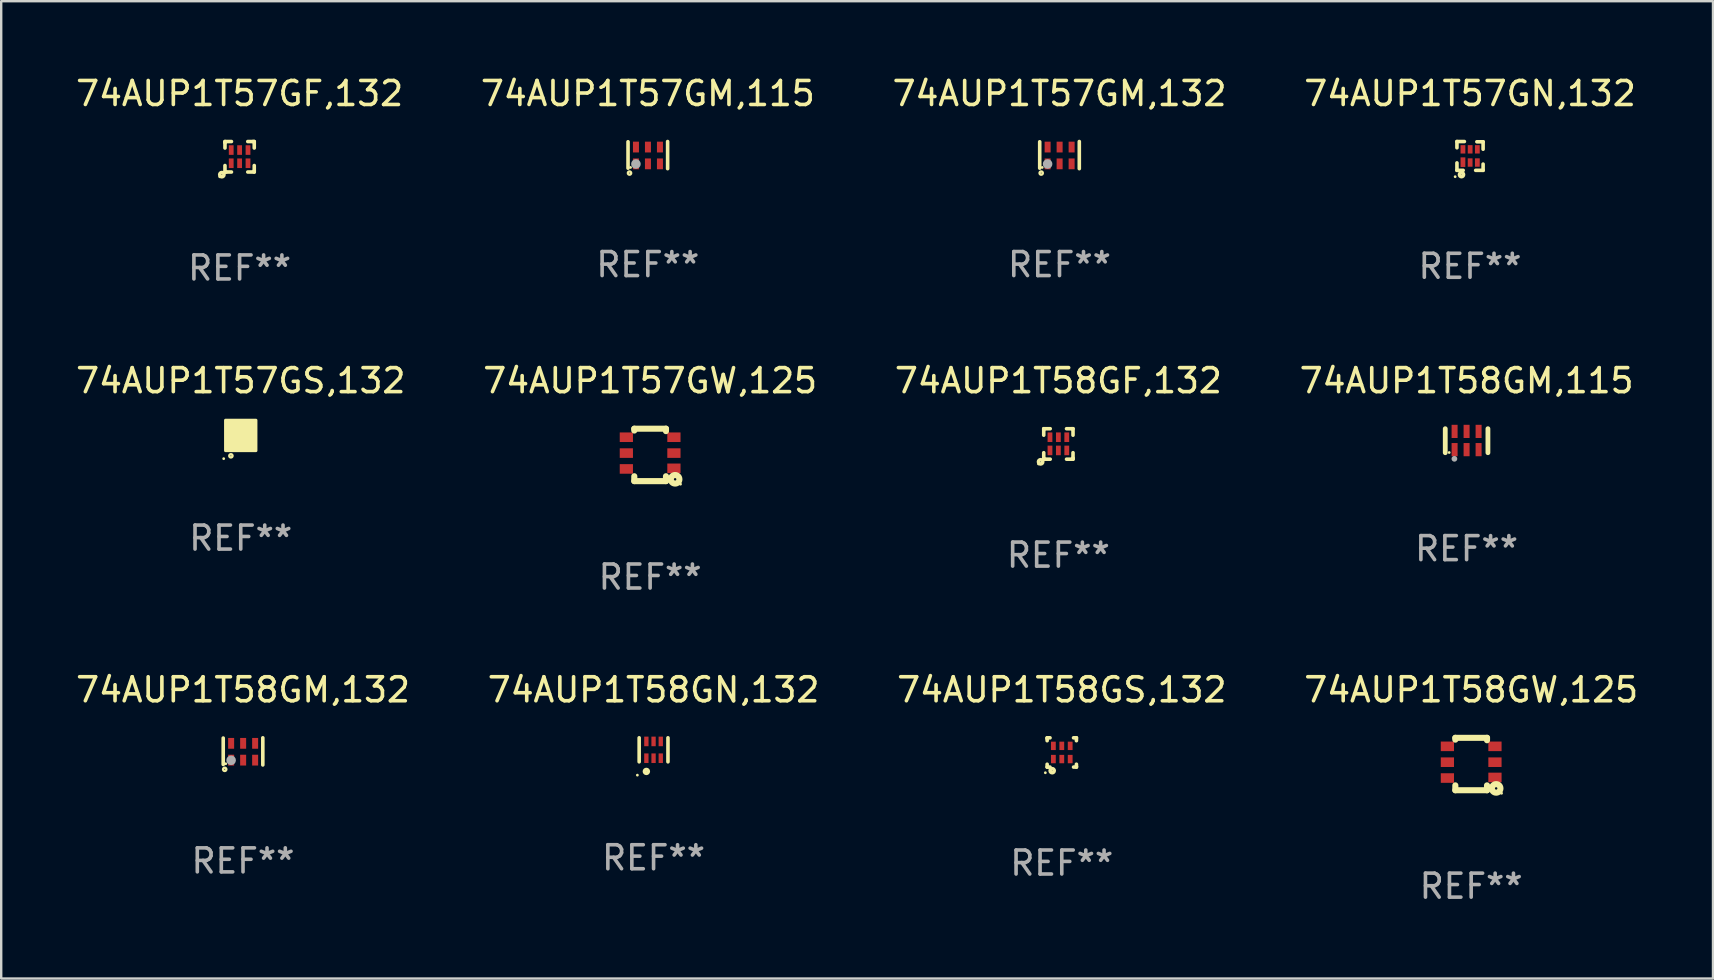
<source format=kicad_pcb>
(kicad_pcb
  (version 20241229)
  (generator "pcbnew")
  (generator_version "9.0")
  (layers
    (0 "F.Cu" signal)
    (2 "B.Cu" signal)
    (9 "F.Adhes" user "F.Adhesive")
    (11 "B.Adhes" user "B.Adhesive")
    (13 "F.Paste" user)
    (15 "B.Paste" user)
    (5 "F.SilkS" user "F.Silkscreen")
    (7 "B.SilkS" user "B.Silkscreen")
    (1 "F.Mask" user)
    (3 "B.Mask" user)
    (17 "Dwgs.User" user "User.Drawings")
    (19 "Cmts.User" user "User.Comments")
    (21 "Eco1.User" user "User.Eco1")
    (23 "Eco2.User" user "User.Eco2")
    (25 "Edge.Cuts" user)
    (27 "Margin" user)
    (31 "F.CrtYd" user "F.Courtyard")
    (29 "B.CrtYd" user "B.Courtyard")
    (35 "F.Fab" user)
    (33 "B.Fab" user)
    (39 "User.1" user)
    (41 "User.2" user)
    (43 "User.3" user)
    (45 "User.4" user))
  (footprint "74AUP1T58GF,132"
    (layer "F.Cu")
    (at 41.054 15.45)
    (property "Reference" "74AUP1T58GF,132" (at 0 -2.635 0) (layer "F.SilkS") (effects (font (size 1 1) (thickness 0.15))))
    (attr through_hole)
    (fp_line (start -0.61 0.635) (end -0.61 0.365) (stroke (width 0.15) (type solid)) (layer "F.SilkS"))
    (fp_line (start -0.61 -0.635) (end -0.34 -0.635) (stroke (width 0.15) (type solid)) (layer "F.SilkS"))
    (fp_line (start -0.61 -0.585) (end -0.61 -0.635) (stroke (width 0.15) (type solid)) (layer "F.SilkS"))
    (fp_line (start -0.61 -0.365) (end -0.61 -0.585) (stroke (width 0.15) (type solid)) (layer "F.SilkS"))
    (fp_line (start -0.56 0.635) (end -0.61 0.635) (stroke (width 0.15) (type solid)) (layer "F.SilkS"))
    (fp_line (start -0.34 0.635) (end -0.56 0.635) (stroke (width 0.15) (type solid)) (layer "F.SilkS"))
    (fp_line (start 0.34 -0.635) (end 0.56 -0.635) (stroke (width 0.15) (type solid)) (layer "F.SilkS"))
    (fp_line (start 0.56 -0.635) (end 0.61 -0.635) (stroke (width 0.15) (type solid)) (layer "F.SilkS"))
    (fp_line (start 0.61 -0.635) (end 0.61 -0.365) (stroke (width 0.15) (type solid)) (layer "F.SilkS"))
    (fp_line (start 0.61 0.365) (end 0.61 0.585) (stroke (width 0.15) (type solid)) (layer "F.SilkS"))
    (fp_line (start 0.61 0.585) (end 0.61 0.635) (stroke (width 0.15) (type solid)) (layer "F.SilkS"))
    (fp_line (start 0.61 0.635) (end 0.34 0.635) (stroke (width 0.15) (type solid)) (layer "F.SilkS"))
    (fp_circle (center -0.829 0.834) (end -0.799 0.834) (stroke (width 0.06) (type solid)) (fill no) (layer "F.SilkS"))
    (fp_circle (center -0.74 0.745) (end -0.726 0.745) (stroke (width 0.15) (type solid)) (fill no) (layer "F.SilkS"))
    (fp_text user "REF**" (at 0 4.635 0) (layer "F.Fab") (effects (font (size 1 1) (thickness 0.15))))
    (pad "1" smd rect (at -0.35 0.27) (size 0.2 0.4) (layers "F.Cu" "F.Mask" "F.Paste"))
    (pad "2" smd rect (at -0.000051 0.27) (size 0.2 0.4) (layers "F.Cu" "F.Mask" "F.Paste"))
    (pad "3" smd rect (at 0.35 0.27) (size 0.2 0.4) (layers "F.Cu" "F.Mask" "F.Paste"))
    (pad "4" smd rect (at 0.35 -0.28) (size 0.2 0.4) (layers "F.Cu" "F.Mask" "F.Paste"))
    (pad "5" smd rect (at -0.000051 -0.28) (size 0.2 0.4) (layers "F.Cu" "F.Mask" "F.Paste"))
    (pad "6" smd rect (at -0.35 -0.28) (size 0.2 0.4) (layers "F.Cu" "F.Mask" "F.Paste")))
  (footprint "74AUP1T58GS,132"
    (layer "F.Cu")
    (at 41.196 28.306)
    (property "Reference" "74AUP1T58GS,132" (at 0 -2.61 0) (layer "F.SilkS") (effects (font (size 1 1) (thickness 0.15))))
    (attr through_hole)
    (fp_line (start -0.61 -0.61) (end -0.49 -0.61) (stroke (width 0.15) (type solid)) (layer "F.SilkS"))
    (fp_line (start -0.61 -0.58) (end -0.61 -0.61) (stroke (width 0.15) (type solid)) (layer "F.SilkS"))
    (fp_line (start -0.61 -0.49) (end -0.61 -0.58) (stroke (width 0.15) (type solid)) (layer "F.SilkS"))
    (fp_line (start -0.61 0.61) (end -0.61 0.491) (stroke (width 0.15) (type solid)) (layer "F.SilkS"))
    (fp_line (start -0.58 0.61) (end -0.61 0.61) (stroke (width 0.15) (type solid)) (layer "F.SilkS"))
    (fp_line (start -0.49 0.61) (end -0.58 0.61) (stroke (width 0.15) (type solid)) (layer "F.SilkS"))
    (fp_line (start 0.49 -0.61) (end 0.58 -0.61) (stroke (width 0.15) (type solid)) (layer "F.SilkS"))
    (fp_line (start 0.58 -0.61) (end 0.61 -0.61) (stroke (width 0.15) (type solid)) (layer "F.SilkS"))
    (fp_line (start 0.61 -0.61) (end 0.61 -0.49) (stroke (width 0.15) (type solid)) (layer "F.SilkS"))
    (fp_line (start 0.61 0.49) (end 0.61 0.58) (stroke (width 0.15) (type solid)) (layer "F.SilkS"))
    (fp_line (start 0.61 0.58) (end 0.61 0.61) (stroke (width 0.15) (type solid)) (layer "F.SilkS"))
    (fp_line (start 0.61 0.61) (end 0.491 0.61) (stroke (width 0.15) (type solid)) (layer "F.SilkS"))
    (fp_circle (center -0.685 0.845) (end -0.655 0.845) (stroke (width 0.06) (type solid)) (fill no) (layer "F.SilkS"))
    (fp_circle (center -0.4 0.76) (end -0.39 0.76) (stroke (width 0.15) (type solid)) (fill no) (layer "F.SilkS"))
    (fp_text user "REF**" (at 0 4.61 0) (layer "F.Fab") (effects (font (size 1 1) (thickness 0.15))))
    (pad "1" smd rect (at -0.35 0.275) (size 0.2 0.35) (layers "F.Cu" "F.Mask" "F.Paste"))
    (pad "2" smd rect (at -0.000038 0.275) (size 0.2 0.35) (layers "F.Cu" "F.Mask" "F.Paste"))
    (pad "3" smd rect (at 0.35 0.275) (size 0.2 0.35) (layers "F.Cu" "F.Mask" "F.Paste"))
    (pad "4" smd rect (at 0.35 -0.275) (size 0.2 0.35) (layers "F.Cu" "F.Mask" "F.Paste"))
    (pad "5" smd rect (at -0.000038 -0.275) (size 0.2 0.35) (layers "F.Cu" "F.Mask" "F.Paste"))
    (pad "6" smd rect (at -0.35 -0.275) (size 0.2 0.35) (layers "F.Cu" "F.Mask" "F.Paste")))
  (footprint "74AUP1T57GM,115"
    (layer "F.Cu")
    (at 23.946 3.413)
    (property "Reference" "74AUP1T57GM,115" (at 0 -2.565 0) (layer "F.SilkS") (effects (font (size 1 1) (thickness 0.15))))
    (attr through_hole)
    (fp_line (start -0.825 -0.555) (end -0.825 0.545) (stroke (width 0.15) (type solid)) (layer "F.SilkS"))
    (fp_line (start 0.825 -0.565) (end 0.825 0.565) (stroke (width 0.15) (type solid)) (layer "F.SilkS"))
    (fp_circle (center -0.763 0.749) (end -0.695 0.749) (stroke (width 0.1) (type solid)) (fill no) (layer "F.SilkS"))
    (fp_circle (center -0.72 0.515) (end -0.69 0.515) (stroke (width 0.06) (type solid)) (fill no) (layer "F.SilkS"))
    (fp_circle (center -0.496 0.371) (end -0.396 0.371) (stroke (width 0.2) (type solid)) (fill no) (layer "F.Fab"))
    (fp_text user "REF**" (at 0 4.565 0) (layer "F.Fab") (effects (font (size 1 1) (thickness 0.15))))
    (pad "1" smd rect (at -0.495 0.365) (size 0.25 0.45) (layers "F.Cu" "F.Mask" "F.Paste"))
    (pad "2" smd rect (at 0.005 0.365) (size 0.25 0.45) (layers "F.Cu" "F.Mask" "F.Paste"))
    (pad "3" smd rect (at 0.505 0.365) (size 0.25 0.45) (layers "F.Cu" "F.Mask" "F.Paste"))
    (pad "4" smd rect (at 0.505 -0.335) (size 0.25 0.45) (layers "F.Cu" "F.Mask" "F.Paste"))
    (pad "5" smd rect (at 0.005 -0.335) (size 0.25 0.45) (layers "F.Cu" "F.Mask" "F.Paste"))
    (pad "6" smd rect (at -0.495 -0.335) (size 0.25 0.45) (layers "F.Cu" "F.Mask" "F.Paste")))
  (footprint "74AUP1T57GS,132"
    (layer "F.Cu")
    (at 6.982 15.095)
    (property "Reference" "74AUP1T57GS,132" (at 0 -2.28 0) (layer "F.SilkS") (effects (font (size 1 1) (thickness 0.15))))
    (attr through_hole)
    (fp_circle (center -0.71 0.968) (end -0.68 0.968) (stroke (width 0.06) (type solid)) (fill no) (layer "F.SilkS"))
    (fp_circle (center -0.41 0.85) (end -0.342 0.85) (stroke (width 0.1) (type solid)) (fill no) (layer "F.SilkS"))
    (fp_poly (pts (xy -0.635 -0.635) (xy 0.635 -0.635) (xy 0.635 0.635) (xy -0.635 0.635)) (stroke (width 0.12) (type solid)) (fill yes) (layer "F.SilkS"))
    (fp_text user "REF**" (at 0 4.28 0) (layer "F.Fab") (effects (font (size 1 1) (thickness 0.15))))
    (pad "1" smd rect (at -0.35 0.28 90) (size 0.35 0.2) (layers "F.Cu" "F.Mask" "F.Paste"))
    (pad "2" smd rect (at 0 0.28 90) (size 0.35 0.2) (layers "F.Cu" "F.Mask" "F.Paste"))
    (pad "3" smd rect (at 0.35 0.28 90) (size 0.35 0.2) (layers "F.Cu" "F.Mask" "F.Paste"))
    (pad "4" smd rect (at 0.35 -0.28 90) (size 0.35 0.2) (layers "F.Cu" "F.Mask" "F.Paste"))
    (pad "5" smd rect (at 0 -0.28 90) (size 0.35 0.2) (layers "F.Cu" "F.Mask" "F.Paste"))
    (pad "6" smd rect (at -0.35 -0.28 90) (size 0.35 0.2) (layers "F.Cu" "F.Mask" "F.Paste")))
  (footprint "74AUP1T58GW,125"
    (layer "F.Cu")
    (at 58.256 28.788)
    (property "Reference" "74AUP1T58GW,125" (at 0 -3.092 0) (layer "F.SilkS") (effects (font (size 1 1) (thickness 0.15))))
    (attr through_hole)
    (fp_line (start -0.66 -1.092) (end -0.66 -1.016) (stroke (width 0.254) (type solid)) (layer "F.SilkS"))
    (fp_line (start -0.66 1.092) (end -0.66 0.889) (stroke (width 0.254) (type solid)) (layer "F.SilkS"))
    (fp_line (start 0.66 -1.092) (end -0.66 -1.092) (stroke (width 0.254) (type solid)) (layer "F.SilkS"))
    (fp_line (start 0.66 -0.991) (end 0.66 -1.092) (stroke (width 0.254) (type solid)) (layer "F.SilkS"))
    (fp_line (start 0.66 0.889) (end 0.66 1.092) (stroke (width 0.254) (type solid)) (layer "F.SilkS"))
    (fp_line (start 0.66 1.092) (end -0.66 1.092) (stroke (width 0.254) (type solid)) (layer "F.SilkS"))
    (fp_circle (center 1.041 1.016) (end 1.092 1.016) (stroke (width 0.254) (type solid)) (fill no) (layer "F.SilkS"))
    (fp_circle (center 1.266 1.219) (end 1.296 1.219) (stroke (width 0.06) (type solid)) (fill no) (layer "F.SilkS"))
    (fp_text user "REF**" (at 0 5.092 0) (layer "F.Fab") (effects (font (size 1 1) (thickness 0.15))))
    (pad "1" smd rect (at 0.991 0.559 270) (size 0.399 0.551) (layers "F.Cu" "F.Mask" "F.Paste"))
    (pad "2" smd rect (at 0.991 -0.076 270) (size 0.399 0.551) (layers "F.Cu" "F.Mask" "F.Paste"))
    (pad "3" smd rect (at 0.991 -0.737 270) (size 0.399 0.551) (layers "F.Cu" "F.Mask" "F.Paste"))
    (pad "4" smd rect (at -0.991 -0.737 270) (size 0.399 0.551) (layers "F.Cu" "F.Mask" "F.Paste"))
    (pad "5" smd rect (at -0.991 -0.076 270) (size 0.399 0.551) (layers "F.Cu" "F.Mask" "F.Paste"))
    (pad "6" smd rect (at -0.991 0.584 270) (size 0.399 0.551) (layers "F.Cu" "F.Mask" "F.Paste")))
  (footprint "74AUP1T58GN,132"
    (layer "F.Cu")
    (at 24.185 28.196)
    (property "Reference" "74AUP1T58GN,132" (at 0 -2.5 0) (layer "F.SilkS") (effects (font (size 1 1) (thickness 0.15))))
    (attr through_hole)
    (fp_line (start -0.6 -0.5) (end -0.6 0.5) (stroke (width 0.15) (type solid)) (layer "F.SilkS"))
    (fp_line (start 0.6 0.5) (end 0.6 -0.5) (stroke (width 0.15) (type solid)) (layer "F.SilkS"))
    (fp_circle (center -0.675 1.055) (end -0.645 1.055) (stroke (width 0.06) (type solid)) (fill no) (layer "F.SilkS"))
    (fp_circle (center -0.3 0.9) (end -0.22 0.9) (stroke (width 0.15) (type solid)) (fill no) (layer "F.SilkS"))
    (fp_text user "REF**" (at 0 4.5 0) (layer "F.Fab") (effects (font (size 1 1) (thickness 0.15))))
    (pad "1" smd rect (at -0.3 0.35) (size 0.18 0.4) (layers "F.Cu" "F.Mask" "F.Paste"))
    (pad "2" smd rect (at 0.000025 0.35) (size 0.18 0.4) (layers "F.Cu" "F.Mask" "F.Paste"))
    (pad "3" smd rect (at 0.3 0.35) (size 0.18 0.4) (layers "F.Cu" "F.Mask" "F.Paste"))
    (pad "4" smd rect (at 0.3 -0.35) (size 0.18 0.4) (layers "F.Cu" "F.Mask" "F.Paste"))
    (pad "5" smd rect (at 0.000025 -0.35) (size 0.18 0.4) (layers "F.Cu" "F.Mask" "F.Paste"))
    (pad "6" smd rect (at -0.3 -0.35) (size 0.18 0.4) (layers "F.Cu" "F.Mask" "F.Paste")))
  (footprint "74AUP1T57GF,132"
    (layer "F.Cu")
    (at 6.935 3.483)
    (property "Reference" "74AUP1T57GF,132" (at 0 -2.635 0) (layer "F.SilkS") (effects (font (size 1 1) (thickness 0.15))))
    (attr through_hole)
    (fp_line (start -0.61 0.635) (end -0.61 0.365) (stroke (width 0.15) (type solid)) (layer "F.SilkS"))
    (fp_line (start -0.61 -0.635) (end -0.34 -0.635) (stroke (width 0.15) (type solid)) (layer "F.SilkS"))
    (fp_line (start -0.61 -0.585) (end -0.61 -0.635) (stroke (width 0.15) (type solid)) (layer "F.SilkS"))
    (fp_line (start -0.61 -0.365) (end -0.61 -0.585) (stroke (width 0.15) (type solid)) (layer "F.SilkS"))
    (fp_line (start -0.56 0.635) (end -0.61 0.635) (stroke (width 0.15) (type solid)) (layer "F.SilkS"))
    (fp_line (start -0.34 0.635) (end -0.56 0.635) (stroke (width 0.15) (type solid)) (layer "F.SilkS"))
    (fp_line (start 0.34 -0.635) (end 0.56 -0.635) (stroke (width 0.15) (type solid)) (layer "F.SilkS"))
    (fp_line (start 0.56 -0.635) (end 0.61 -0.635) (stroke (width 0.15) (type solid)) (layer "F.SilkS"))
    (fp_line (start 0.61 -0.635) (end 0.61 -0.365) (stroke (width 0.15) (type solid)) (layer "F.SilkS"))
    (fp_line (start 0.61 0.365) (end 0.61 0.585) (stroke (width 0.15) (type solid)) (layer "F.SilkS"))
    (fp_line (start 0.61 0.585) (end 0.61 0.635) (stroke (width 0.15) (type solid)) (layer "F.SilkS"))
    (fp_line (start 0.61 0.635) (end 0.34 0.635) (stroke (width 0.15) (type solid)) (layer "F.SilkS"))
    (fp_circle (center -0.829 0.834) (end -0.799 0.834) (stroke (width 0.06) (type solid)) (fill no) (layer "F.SilkS"))
    (fp_circle (center -0.74 0.745) (end -0.726 0.745) (stroke (width 0.15) (type solid)) (fill no) (layer "F.SilkS"))
    (fp_text user "REF**" (at 0 4.635 0) (layer "F.Fab") (effects (font (size 1 1) (thickness 0.15))))
    (pad "1" smd rect (at -0.35 0.27) (size 0.2 0.4) (layers "F.Cu" "F.Mask" "F.Paste"))
    (pad "2" smd rect (at -0.000051 0.27) (size 0.2 0.4) (layers "F.Cu" "F.Mask" "F.Paste"))
    (pad "3" smd rect (at 0.35 0.27) (size 0.2 0.4) (layers "F.Cu" "F.Mask" "F.Paste"))
    (pad "4" smd rect (at 0.35 -0.28) (size 0.2 0.4) (layers "F.Cu" "F.Mask" "F.Paste"))
    (pad "5" smd rect (at -0.000051 -0.28) (size 0.2 0.4) (layers "F.Cu" "F.Mask" "F.Paste"))
    (pad "6" smd rect (at -0.35 -0.28) (size 0.2 0.4) (layers "F.Cu" "F.Mask" "F.Paste")))
  (footprint "74AUP1T58GM,115"
    (layer "F.Cu")
    (at 58.065 15.315)
    (property "Reference" "74AUP1T58GM,115" (at 0 -2.5 0) (layer "F.SilkS") (effects (font (size 1 1) (thickness 0.15))))
    (attr through_hole)
    (fp_line (start -0.889 0.5) (end -0.889 -0.5) (stroke (width 0.2) (type solid)) (layer "F.SilkS"))
    (fp_line (start 0.889 0.5) (end 0.889 -0.5) (stroke (width 0.2) (type solid)) (layer "F.SilkS"))
    (fp_circle (center -0.725 0.492) (end -0.695 0.492) (stroke (width 0.06) (type solid)) (fill no) (layer "F.SilkS"))
    (fp_circle (center -0.508 0.754) (end -0.448 0.754) (stroke (width 0.12) (type solid)) (fill no) (layer "F.Fab"))
    (fp_text user "REF**" (at 0 4.5 0) (layer "F.Fab") (effects (font (size 1 1) (thickness 0.15))))
    (pad "1" smd rect (at -0.5 0.372) (size 0.25 0.55) (layers "F.Cu" "F.Mask" "F.Paste"))
    (pad "2" smd rect (at -0.000127 0.372) (size 0.25 0.55) (layers "F.Cu" "F.Mask" "F.Paste"))
    (pad "3" smd rect (at 0.5 0.372) (size 0.25 0.55) (layers "F.Cu" "F.Mask" "F.Paste"))
    (pad "4" smd rect (at 0.5 -0.388 180) (size 0.25 0.55) (layers "F.Cu" "F.Mask" "F.Paste"))
    (pad "5" smd rect (at -0.000127 -0.388 180) (size 0.25 0.55) (layers "F.Cu" "F.Mask" "F.Paste"))
    (pad "6" smd rect (at -0.5 -0.388 180) (size 0.25 0.55) (layers "F.Cu" "F.Mask" "F.Paste")))
  (footprint "74AUP1T58GM,132"
    (layer "F.Cu")
    (at 7.077 28.261)
    (property "Reference" "74AUP1T58GM,132" (at 0 -2.565 0) (layer "F.SilkS") (effects (font (size 1 1) (thickness 0.15))))
    (attr through_hole)
    (fp_line (start -0.825 -0.555) (end -0.825 0.545) (stroke (width 0.15) (type solid)) (layer "F.SilkS"))
    (fp_line (start 0.825 -0.565) (end 0.825 0.565) (stroke (width 0.15) (type solid)) (layer "F.SilkS"))
    (fp_circle (center -0.763 0.749) (end -0.695 0.749) (stroke (width 0.1) (type solid)) (fill no) (layer "F.SilkS"))
    (fp_circle (center -0.72 0.515) (end -0.69 0.515) (stroke (width 0.06) (type solid)) (fill no) (layer "F.SilkS"))
    (fp_circle (center -0.496 0.371) (end -0.396 0.371) (stroke (width 0.2) (type solid)) (fill no) (layer "F.Fab"))
    (fp_text user "REF**" (at 0 4.565 0) (layer "F.Fab") (effects (font (size 1 1) (thickness 0.15))))
    (pad "1" smd rect (at -0.495 0.365) (size 0.25 0.45) (layers "F.Cu" "F.Mask" "F.Paste"))
    (pad "2" smd rect (at 0.005 0.365) (size 0.25 0.45) (layers "F.Cu" "F.Mask" "F.Paste"))
    (pad "3" smd rect (at 0.505 0.365) (size 0.25 0.45) (layers "F.Cu" "F.Mask" "F.Paste"))
    (pad "4" smd rect (at 0.505 -0.335) (size 0.25 0.45) (layers "F.Cu" "F.Mask" "F.Paste"))
    (pad "5" smd rect (at 0.005 -0.335) (size 0.25 0.45) (layers "F.Cu" "F.Mask" "F.Paste"))
    (pad "6" smd rect (at -0.495 -0.335) (size 0.25 0.45) (layers "F.Cu" "F.Mask" "F.Paste")))
  (footprint "74AUP1T57GN,132"
    (layer "F.Cu")
    (at 58.208 3.448)
    (property "Reference" "74AUP1T57GN,132" (at 0 -2.6 0) (layer "F.SilkS") (effects (font (size 1 1) (thickness 0.15))))
    (attr through_hole)
    (fp_line (start -0.545 -0.6) (end -0.235 -0.6) (stroke (width 0.15) (type solid)) (layer "F.SilkS"))
    (fp_line (start -0.545 -0.34) (end -0.545 -0.6) (stroke (width 0.15) (type solid)) (layer "F.SilkS"))
    (fp_line (start -0.545 0.6) (end -0.545 0.29) (stroke (width 0.15) (type solid)) (layer "F.SilkS"))
    (fp_line (start -0.285 0.6) (end -0.545 0.6) (stroke (width 0.15) (type solid)) (layer "F.SilkS"))
    (fp_line (start 0.285 -0.59) (end 0.545 -0.59) (stroke (width 0.15) (type solid)) (layer "F.SilkS"))
    (fp_line (start 0.545 -0.59) (end 0.545 -0.28) (stroke (width 0.15) (type solid)) (layer "F.SilkS"))
    (fp_line (start 0.545 0.34) (end 0.545 0.6) (stroke (width 0.15) (type solid)) (layer "F.SilkS"))
    (fp_line (start 0.545 0.6) (end 0.235 0.6) (stroke (width 0.15) (type solid)) (layer "F.SilkS"))
    (fp_circle (center -0.62 0.865) (end -0.59 0.865) (stroke (width 0.06) (type solid)) (fill no) (layer "F.SilkS"))
    (fp_circle (center -0.355 0.78) (end -0.345 0.78) (stroke (width 0.15) (type solid)) (fill no) (layer "F.SilkS"))
    (fp_text user "REF**" (at 0 4.6 0) (layer "F.Fab") (effects (font (size 1 1) (thickness 0.15))))
    (pad "1" smd rect (at -0.295 0.26) (size 0.2 0.4) (layers "F.Cu" "F.Mask" "F.Paste"))
    (pad "2" smd rect (at 0.005 0.275) (size 0.2 0.35) (layers "F.Cu" "F.Mask" "F.Paste"))
    (pad "3" smd rect (at 0.305 0.275) (size 0.2 0.35) (layers "F.Cu" "F.Mask" "F.Paste"))
    (pad "4" smd rect (at 0.305 -0.275) (size 0.2 0.35) (layers "F.Cu" "F.Mask" "F.Paste"))
    (pad "5" smd rect (at 0.005 -0.275) (size 0.2 0.35) (layers "F.Cu" "F.Mask" "F.Paste"))
    (pad "6" smd rect (at -0.295 -0.275) (size 0.2 0.35) (layers "F.Cu" "F.Mask" "F.Paste")))
  (footprint "74AUP1T57GW,125"
    (layer "F.Cu")
    (at 24.042 15.907)
    (property "Reference" "74AUP1T57GW,125" (at 0 -3.092 0) (layer "F.SilkS") (effects (font (size 1 1) (thickness 0.15))))
    (attr through_hole)
    (fp_line (start -0.66 -1.092) (end -0.66 -1.016) (stroke (width 0.254) (type solid)) (layer "F.SilkS"))
    (fp_line (start -0.66 1.092) (end -0.66 0.889) (stroke (width 0.254) (type solid)) (layer "F.SilkS"))
    (fp_line (start 0.66 -1.092) (end -0.66 -1.092) (stroke (width 0.254) (type solid)) (layer "F.SilkS"))
    (fp_line (start 0.66 -0.991) (end 0.66 -1.092) (stroke (width 0.254) (type solid)) (layer "F.SilkS"))
    (fp_line (start 0.66 0.889) (end 0.66 1.092) (stroke (width 0.254) (type solid)) (layer "F.SilkS"))
    (fp_line (start 0.66 1.092) (end -0.66 1.092) (stroke (width 0.254) (type solid)) (layer "F.SilkS"))
    (fp_circle (center 1.041 1.016) (end 1.092 1.016) (stroke (width 0.254) (type solid)) (fill no) (layer "F.SilkS"))
    (fp_circle (center 1.266 1.219) (end 1.296 1.219) (stroke (width 0.06) (type solid)) (fill no) (layer "F.SilkS"))
    (fp_text user "REF**" (at 0 5.092 0) (layer "F.Fab") (effects (font (size 1 1) (thickness 0.15))))
    (pad "1" smd rect (at 0.991 0.559 270) (size 0.399 0.551) (layers "F.Cu" "F.Mask" "F.Paste"))
    (pad "2" smd rect (at 0.991 -0.076 270) (size 0.399 0.551) (layers "F.Cu" "F.Mask" "F.Paste"))
    (pad "3" smd rect (at 0.991 -0.737 270) (size 0.399 0.551) (layers "F.Cu" "F.Mask" "F.Paste"))
    (pad "4" smd rect (at -0.991 -0.737 270) (size 0.399 0.551) (layers "F.Cu" "F.Mask" "F.Paste"))
    (pad "5" smd rect (at -0.991 -0.076 270) (size 0.399 0.551) (layers "F.Cu" "F.Mask" "F.Paste"))
    (pad "6" smd rect (at -0.991 0.584 270) (size 0.399 0.551) (layers "F.Cu" "F.Mask" "F.Paste")))
  (footprint "74AUP1T57GM,132"
    (layer "F.Cu")
    (at 41.101 3.413)
    (property "Reference" "74AUP1T57GM,132" (at 0 -2.565 0) (layer "F.SilkS") (effects (font (size 1 1) (thickness 0.15))))
    (attr through_hole)
    (fp_line (start -0.825 -0.555) (end -0.825 0.545) (stroke (width 0.15) (type solid)) (layer "F.SilkS"))
    (fp_line (start 0.825 -0.565) (end 0.825 0.565) (stroke (width 0.15) (type solid)) (layer "F.SilkS"))
    (fp_circle (center -0.763 0.749) (end -0.695 0.749) (stroke (width 0.1) (type solid)) (fill no) (layer "F.SilkS"))
    (fp_circle (center -0.72 0.515) (end -0.69 0.515) (stroke (width 0.06) (type solid)) (fill no) (layer "F.SilkS"))
    (fp_circle (center -0.496 0.371) (end -0.396 0.371) (stroke (width 0.2) (type solid)) (fill no) (layer "F.Fab"))
    (fp_text user "REF**" (at 0 4.565 0) (layer "F.Fab") (effects (font (size 1 1) (thickness 0.15))))
    (pad "1" smd rect (at -0.495 0.365) (size 0.25 0.45) (layers "F.Cu" "F.Mask" "F.Paste"))
    (pad "2" smd rect (at 0.005 0.365) (size 0.25 0.45) (layers "F.Cu" "F.Mask" "F.Paste"))
    (pad "3" smd rect (at 0.505 0.365) (size 0.25 0.45) (layers "F.Cu" "F.Mask" "F.Paste"))
    (pad "4" smd rect (at 0.505 -0.335) (size 0.25 0.45) (layers "F.Cu" "F.Mask" "F.Paste"))
    (pad "5" smd rect (at 0.005 -0.335) (size 0.25 0.45) (layers "F.Cu" "F.Mask" "F.Paste"))
    (pad "6" smd rect (at -0.495 -0.335) (size 0.25 0.45) (layers "F.Cu" "F.Mask" "F.Paste")))
  (gr_rect
    (start -3 -3)
    (end 68.333 37.728)
    (stroke (width 0.1) (type default))
    (fill no)
    (layer "Edge.Cuts")))
</source>
